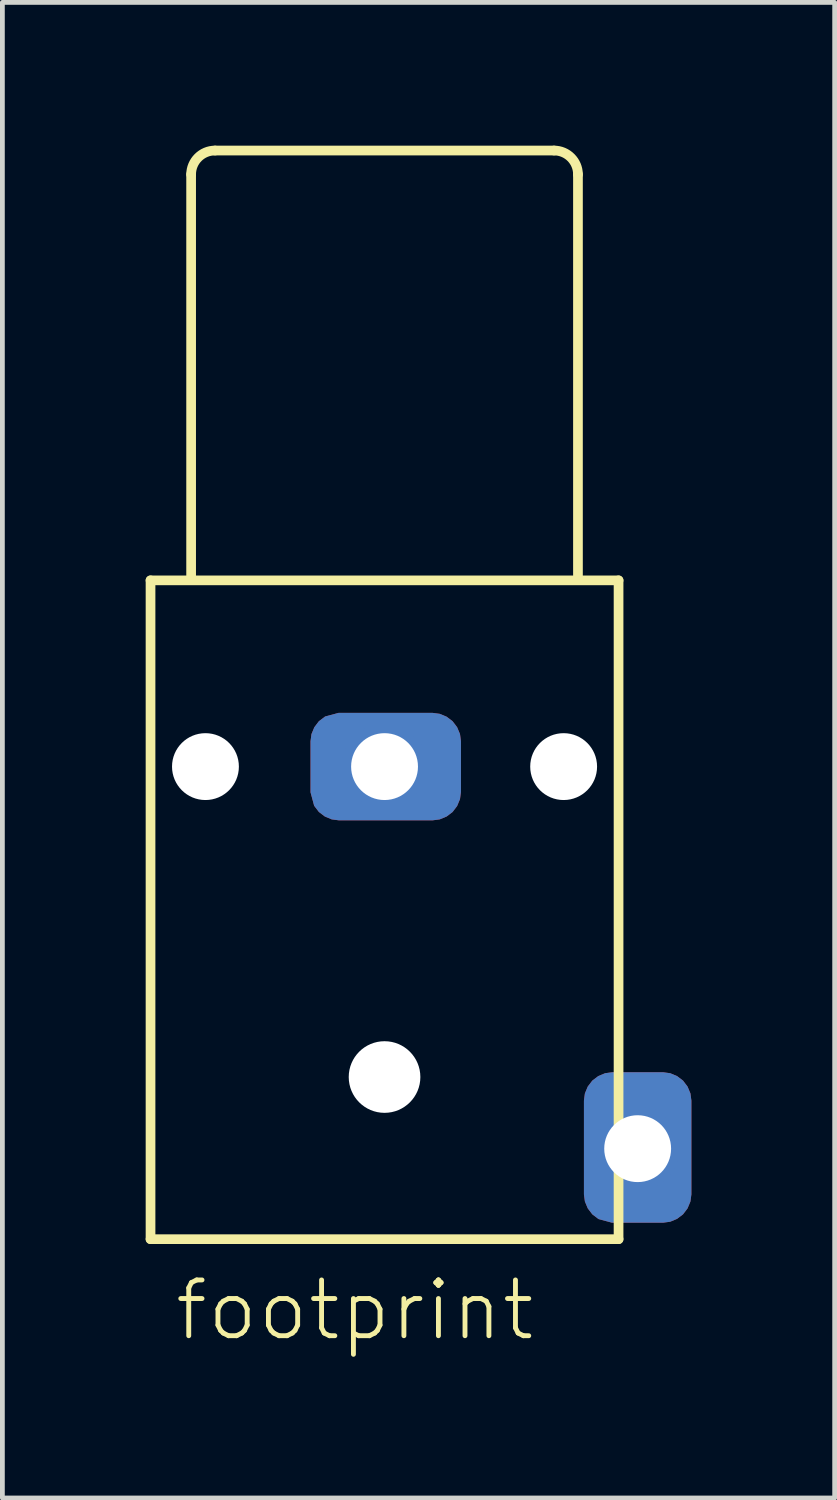
<source format=kicad_pcb>
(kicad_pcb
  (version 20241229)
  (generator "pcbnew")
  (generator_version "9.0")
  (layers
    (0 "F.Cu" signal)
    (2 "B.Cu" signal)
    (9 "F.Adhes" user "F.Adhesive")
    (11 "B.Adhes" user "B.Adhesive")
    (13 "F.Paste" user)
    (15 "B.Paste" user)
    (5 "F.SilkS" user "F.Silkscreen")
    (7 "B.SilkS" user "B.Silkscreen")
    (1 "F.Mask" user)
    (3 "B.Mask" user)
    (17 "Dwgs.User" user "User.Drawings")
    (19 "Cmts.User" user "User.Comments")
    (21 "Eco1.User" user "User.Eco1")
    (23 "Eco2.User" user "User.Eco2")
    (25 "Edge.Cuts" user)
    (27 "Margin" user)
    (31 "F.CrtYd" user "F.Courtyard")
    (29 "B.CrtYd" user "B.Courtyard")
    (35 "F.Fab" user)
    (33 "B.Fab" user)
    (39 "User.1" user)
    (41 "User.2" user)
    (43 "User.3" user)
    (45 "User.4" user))
  (footprint "footprint"
    (layer "F.Cu")
    (at 5.002 13.002)
    (property "Reference" "footprint" (at -4.445 12.065 0) (layer "F.SilkS") (effects (font (size 1.168 1.168) (thickness 0.102)) (justify left bottom)))
    (fp_poly (pts (xy 1.156 -1.105) (xy 1.3 -1.045) (xy 1.425 -0.95) (xy 1.52 -0.825) (xy 1.58 -0.681) (xy 1.6 -0.532) (xy 1.6 0.532) (xy 1.58 0.681) (xy 1.52 0.825) (xy 1.425 0.95) (xy 1.3 1.045) (xy 1.156 1.105) (xy 1.007 1.125) (xy -0.957 1.125) (xy -1.106 1.105) (xy -1.25 1.045) (xy -1.375 0.95) (xy -1.474 0.82) (xy -1.55 0.538) (xy -1.55 -0.532) (xy -1.53 -0.681) (xy -1.47 -0.825) (xy -1.375 -0.95) (xy -1.245 -1.049) (xy -0.963 -1.125) (xy 1.007 -1.125)) (stroke (width 0) (type solid)) (fill yes) (layer "F.Cu"))
    (fp_poly (pts (xy 5.981 6.42) (xy 6.125 6.48) (xy 6.25 6.575) (xy 6.345 6.7) (xy 6.405 6.844) (xy 6.425 6.993) (xy 6.425 8.957) (xy 6.405 9.106) (xy 6.345 9.25) (xy 6.25 9.375) (xy 6.125 9.47) (xy 5.981 9.53) (xy 5.832 9.55) (xy 4.762 9.55) (xy 4.48 9.474) (xy 4.35 9.375) (xy 4.255 9.25) (xy 4.195 9.106) (xy 4.175 8.957) (xy 4.175 6.993) (xy 4.195 6.844) (xy 4.255 6.7) (xy 4.35 6.575) (xy 4.475 6.48) (xy 4.619 6.42) (xy 4.768 6.4) (xy 5.832 6.4)) (stroke (width 0) (type solid)) (fill yes) (layer "F.Cu"))
    (fp_poly (pts (xy 1.156 -1.105) (xy 1.3 -1.045) (xy 1.425 -0.95) (xy 1.52 -0.825) (xy 1.58 -0.681) (xy 1.6 -0.532) (xy 1.6 0.532) (xy 1.58 0.681) (xy 1.52 0.825) (xy 1.425 0.95) (xy 1.3 1.045) (xy 1.156 1.105) (xy 1.007 1.125) (xy -0.957 1.125) (xy -1.106 1.105) (xy -1.25 1.045) (xy -1.375 0.95) (xy -1.474 0.82) (xy -1.55 0.538) (xy -1.55 -0.532) (xy -1.53 -0.681) (xy -1.47 -0.825) (xy -1.375 -0.95) (xy -1.245 -1.049) (xy -0.963 -1.125) (xy 1.007 -1.125)) (stroke (width 0) (type solid)) (fill yes) (layer "B.Cu"))
    (fp_poly (pts (xy 5.981 6.42) (xy 6.125 6.48) (xy 6.25 6.575) (xy 6.345 6.7) (xy 6.405 6.844) (xy 6.425 6.993) (xy 6.425 8.957) (xy 6.405 9.106) (xy 6.345 9.25) (xy 6.25 9.375) (xy 6.125 9.47) (xy 5.981 9.53) (xy 5.832 9.55) (xy 4.762 9.55) (xy 4.48 9.474) (xy 4.35 9.375) (xy 4.255 9.25) (xy 4.195 9.106) (xy 4.175 8.957) (xy 4.175 6.993) (xy 4.195 6.844) (xy 4.255 6.7) (xy 4.35 6.575) (xy 4.475 6.48) (xy 4.619 6.42) (xy 4.768 6.4) (xy 5.832 6.4)) (stroke (width 0) (type solid)) (fill yes) (layer "B.Cu"))
    (fp_line (start -4.9 -3.9) (end 4.9 -3.9) (stroke (width 0.203) (type solid)) (layer "F.SilkS"))
    (fp_line (start -4.9 9.895) (end -4.9 -3.9) (stroke (width 0.203) (type solid)) (layer "F.SilkS"))
    (fp_line (start -4.05 -4) (end -4.05 -12.4) (stroke (width 0.203) (type solid)) (layer "F.SilkS"))
    (fp_line (start -3.55 -12.9) (end 3.55 -12.9) (stroke (width 0.203) (type solid)) (layer "F.SilkS"))
    (fp_line (start 4.05 -12.4) (end 4.05 -4) (stroke (width 0.203) (type solid)) (layer "F.SilkS"))
    (fp_line (start 4.9 -3.9) (end 4.9 9.895) (stroke (width 0.203) (type solid)) (layer "F.SilkS"))
    (fp_line (start 4.9 9.895) (end -4.9 9.895) (stroke (width 0.203) (type solid)) (layer "F.SilkS"))
    (fp_arc (start -4.05 -12.4) (mid -3.903553 -12.753553) (end -3.55 -12.9) (stroke (width 0.2032) (type solid)) (layer "F.SilkS"))
    (fp_arc (start 3.55 -12.9) (mid 3.903553 -12.753553) (end 4.05 -12.4) (stroke (width 0.2032) (type solid)) (layer "F.SilkS"))
    (pad "" np_thru_hole circle (at -3.75 0) (size 1.4 1.4) (drill 1.4) (layers "*.Cu" "*.Mask"))
    (pad "" np_thru_hole circle (at 0 6.5) (size 1.5 1.5) (drill 1.5) (layers "*.Cu" "*.Mask"))
    (pad "" np_thru_hole circle (at 3.75 0) (size 1.4 1.4) (drill 1.4) (layers "*.Cu" "*.Mask"))
    (pad "S" thru_hole circle (at 0 0) (size 1.778 1.778) (drill 1.4) (layers "*.Cu" "*.Mask"))
    (pad "T" thru_hole circle (at 5.3 8 180) (size 1.778 1.778) (drill 1.4) (layers "*.Cu" "*.Mask")))
  (gr_rect
    (start -3 -3)
    (end 14.427 28.317)
    (stroke (width 0.1) (type default))
    (fill no)
    (layer "Edge.Cuts")))
</source>
